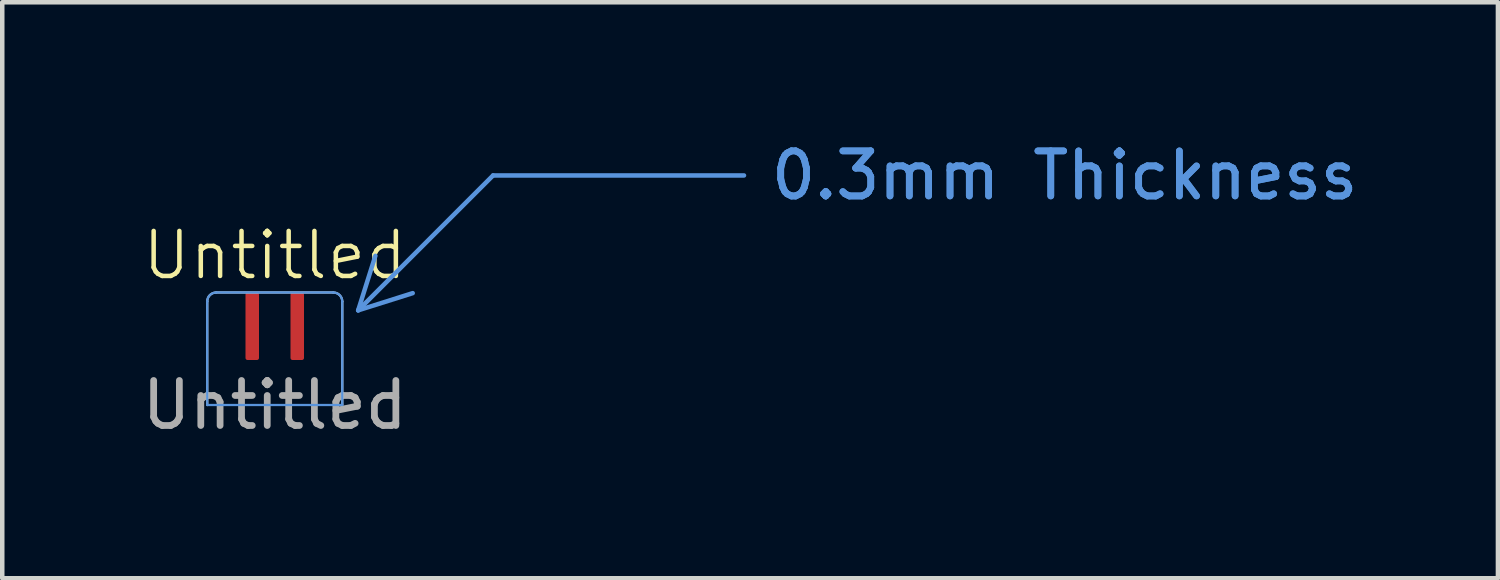
<source format=kicad_pcb>
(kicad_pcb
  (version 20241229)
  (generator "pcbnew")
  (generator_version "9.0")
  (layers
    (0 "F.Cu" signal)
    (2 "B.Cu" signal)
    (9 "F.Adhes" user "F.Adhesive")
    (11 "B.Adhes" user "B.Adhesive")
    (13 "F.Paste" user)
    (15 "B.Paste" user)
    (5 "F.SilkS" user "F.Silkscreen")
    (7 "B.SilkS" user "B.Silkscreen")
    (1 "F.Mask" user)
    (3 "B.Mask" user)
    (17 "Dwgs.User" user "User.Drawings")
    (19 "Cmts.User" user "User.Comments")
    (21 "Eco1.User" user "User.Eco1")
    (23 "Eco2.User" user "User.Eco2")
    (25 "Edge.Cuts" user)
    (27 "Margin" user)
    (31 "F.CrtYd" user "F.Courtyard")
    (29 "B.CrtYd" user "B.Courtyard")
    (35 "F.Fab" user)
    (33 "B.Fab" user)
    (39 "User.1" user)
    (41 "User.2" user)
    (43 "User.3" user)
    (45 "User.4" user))
  (footprint "Untitled"
    (layer "F.Cu")
    (at 3.054 3.448)
    (property "Reference" "Untitled" (at 0 -0.825 0) (unlocked yes) (layer "F.SilkS") (effects (font (size 1 1) (thickness 0.1))))
    (attr smd)
    (fp_line (start -1.5 0.2) (end -1.5 2.5) (stroke (width 0.05) (type default)) (layer "Cmts.User"))
    (fp_line (start -1.3 -0.000001) (end 1.3 -0.000001) (stroke (width 0.05) (type default)) (layer "Cmts.User"))
    (fp_line (start 1.5 0.2) (end 1.5 2.5) (stroke (width 0.05) (type default)) (layer "Cmts.User"))
    (fp_line (start 1.5 2.5) (end -1.5 2.5) (stroke (width 0.05) (type default)) (layer "Cmts.User"))
    (fp_arc (start -1.500001 0.199999) (mid -1.441422 0.058578) (end -1.300001 -0.000001) (stroke (width 0.05) (type default)) (layer "Cmts.User"))
    (fp_arc (start 1.299999 -0.000001) (mid 1.44142 0.058578) (end 1.499999 0.199999) (stroke (width 0.05) (type default)) (layer "Cmts.User"))
    (fp_line (start -1.5 0.2) (end -1.5 2.5) (stroke (width 0.05) (type default)) (layer "Edge.Cuts"))
    (fp_line (start -1.3 0) (end 1.3 0) (stroke (width 0.05) (type default)) (layer "Edge.Cuts"))
    (fp_line (start 1.5 0.2) (end 1.5 2.5) (stroke (width 0.05) (type default)) (layer "Edge.Cuts"))
    (fp_arc (start -1.5 0.2) (mid -1.441421 0.058579) (end -1.3 0) (stroke (width 0.05) (type default)) (layer "Edge.Cuts"))
    (fp_arc (start 1.3 0) (mid 1.441421 0.058579) (end 1.5 0.2) (stroke (width 0.05) (type default)) (layer "Edge.Cuts"))
    (fp_text user "${REFERENCE}" (at 0 2.5 0) (unlocked yes) (layer "F.Fab") (effects (font (size 1 1) (thickness 0.15))))
    (dimension (type leader) (layer "Cmts.User") (pts (xy 4.554 4.198) (xy 7.904 0.848)) (format (prefix "") (suffix "") (units 0) (units_format 0) (precision 4) (override_value "0.3mm Thickness")) (style (thickness 0.1) (arrow_length 1.27) (text_position_mode 0) (text_frame 0) (extension_offset 0.5)) (gr_text "0.3mm Thickness" (at 20.604 0.848 0) (layer "Cmts.User") (effects (font (size 1 1) (thickness 0.15)))))
    (pad "1" smd roundrect (at -0.5 0.75) (size 0.3 1.5) (layers "F.Cu" "F.Mask" "F.Paste") (roundrect_rratio 0.15))
    (pad "2" smd roundrect (at 0.5 0.75) (size 0.3 1.5) (layers "F.Cu" "F.Mask" "F.Paste") (roundrect_rratio 0.15)))
  (gr_rect
    (start -3 -3)
    (end 30.229 9.796)
    (stroke (width 0.1) (type default))
    (fill no)
    (layer "Edge.Cuts")))
</source>
